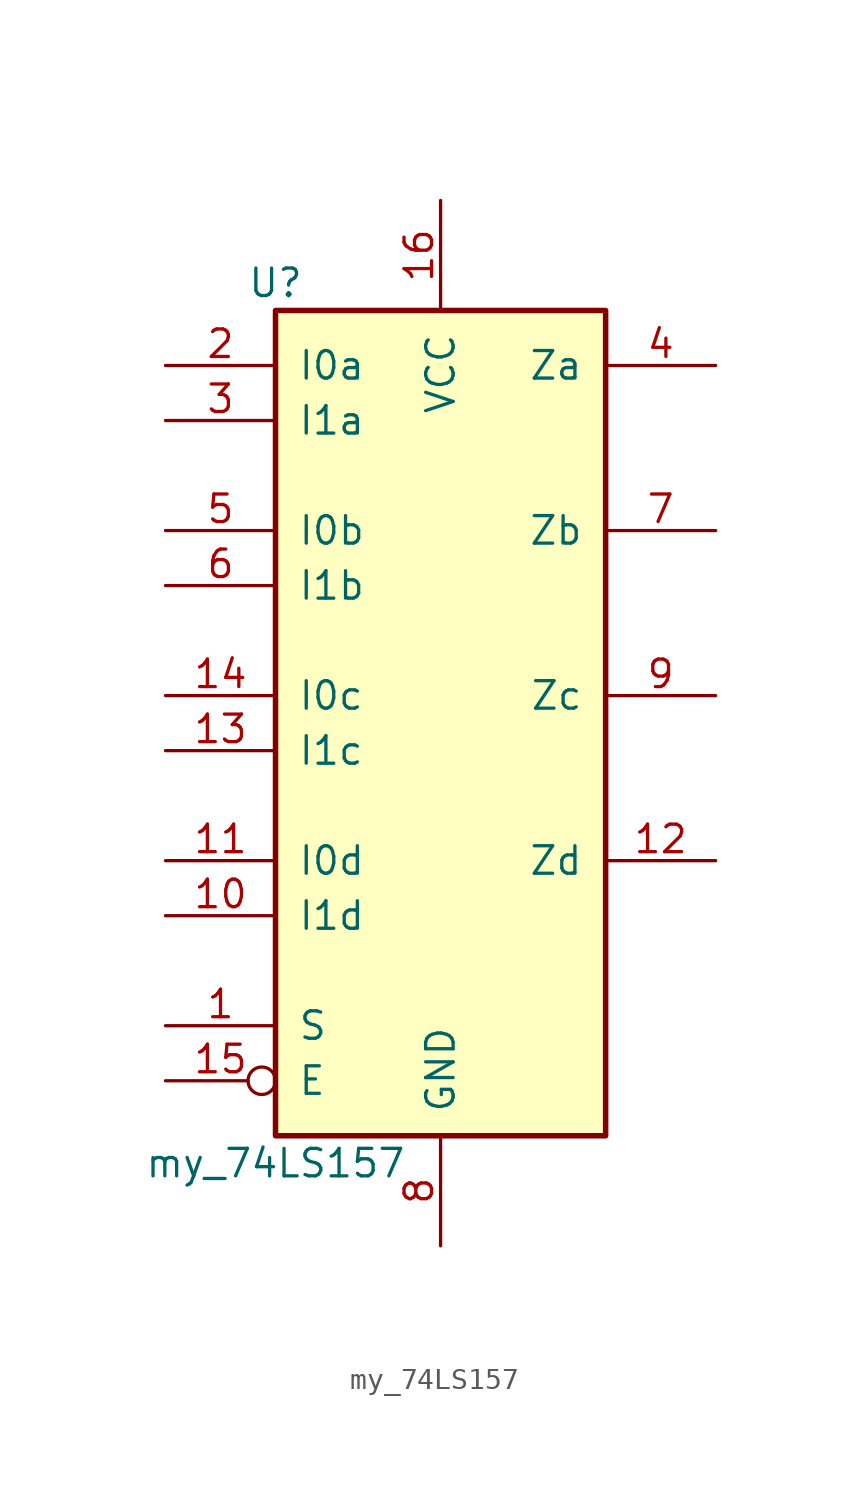
<source format=kicad_sym>
(kicad_symbol_lib
  (version 20241209)
  (generator "kicad_symbol_editor")
  (generator_version "9.0")
  (symbol "my_74LS157"
    (pin_names
      (offset 1.016))
    (property "Reference" "U"
      (at -7.62 19.05 0)
      (effects (font (size 1.27 1.27))))
    (property "Value" "my_74LS157"
      (at -7.62 -21.59 0)
      (effects (font (size 1.27 1.27))))
    (property "ki_locked" ""
      (at 0 0 0)
      (effects (font (size 1.27 1.27))))
    (symbol "my_74LS157_1_0"
      (pin input line (at -12.7 15.24 0) (length 5.08) (name "I0a" (effects (font (size 1.27 1.27)))) (number "2" (effects (font (size 1.27 1.27)))))
      (pin input line (at -12.7 12.7 0) (length 5.08) (name "I1a" (effects (font (size 1.27 1.27)))) (number "3" (effects (font (size 1.27 1.27)))))
      (pin input line (at -12.7 7.62 0) (length 5.08) (name "I0b" (effects (font (size 1.27 1.27)))) (number "5" (effects (font (size 1.27 1.27)))))
      (pin input line (at -12.7 5.08 0) (length 5.08) (name "I1b" (effects (font (size 1.27 1.27)))) (number "6" (effects (font (size 1.27 1.27)))))
      (pin input line (at -12.7 0 0) (length 5.08) (name "I0c" (effects (font (size 1.27 1.27)))) (number "14" (effects (font (size 1.27 1.27)))))
      (pin input line (at -12.7 -2.54 0) (length 5.08) (name "I1c" (effects (font (size 1.27 1.27)))) (number "13" (effects (font (size 1.27 1.27)))))
      (pin input line (at -12.7 -7.62 0) (length 5.08) (name "I0d" (effects (font (size 1.27 1.27)))) (number "11" (effects (font (size 1.27 1.27)))))
      (pin input line (at -12.7 -10.16 0) (length 5.08) (name "I1d" (effects (font (size 1.27 1.27)))) (number "10" (effects (font (size 1.27 1.27)))))
      (pin input line (at -12.7 -15.24 0) (length 5.08) (name "S" (effects (font (size 1.27 1.27)))) (number "1" (effects (font (size 1.27 1.27)))))
      (pin input inverted (at -12.7 -17.78 0) (length 5.08) (name "E" (effects (font (size 1.27 1.27)))) (number "15" (effects (font (size 1.27 1.27)))))
      (pin power_in line (at 0 22.86 270) (length 5.08) (name "VCC" (effects (font (size 1.27 1.27)))) (number "16" (effects (font (size 1.27 1.27)))))
      (pin power_in line (at 0 -25.4 90) (length 5.08) (name "GND" (effects (font (size 1.27 1.27)))) (number "8" (effects (font (size 1.27 1.27)))))
      (pin output line (at 12.7 15.24 180) (length 5.08) (name "Za" (effects (font (size 1.27 1.27)))) (number "4" (effects (font (size 1.27 1.27)))))
      (pin output line (at 12.7 7.62 180) (length 5.08) (name "Zb" (effects (font (size 1.27 1.27)))) (number "7" (effects (font (size 1.27 1.27)))))
      (pin output line (at 12.7 0 180) (length 5.08) (name "Zc" (effects (font (size 1.27 1.27)))) (number "9" (effects (font (size 1.27 1.27)))))
      (pin output line (at 12.7 -7.62 180) (length 5.08) (name "Zd" (effects (font (size 1.27 1.27)))) (number "12" (effects (font (size 1.27 1.27))))))
    (symbol "my_74LS157_1_1"
      (rectangle (start -7.62 17.78) (end 7.62 -20.32) (stroke (width 0.254) (type default)) (fill (type background))))))
</source>
